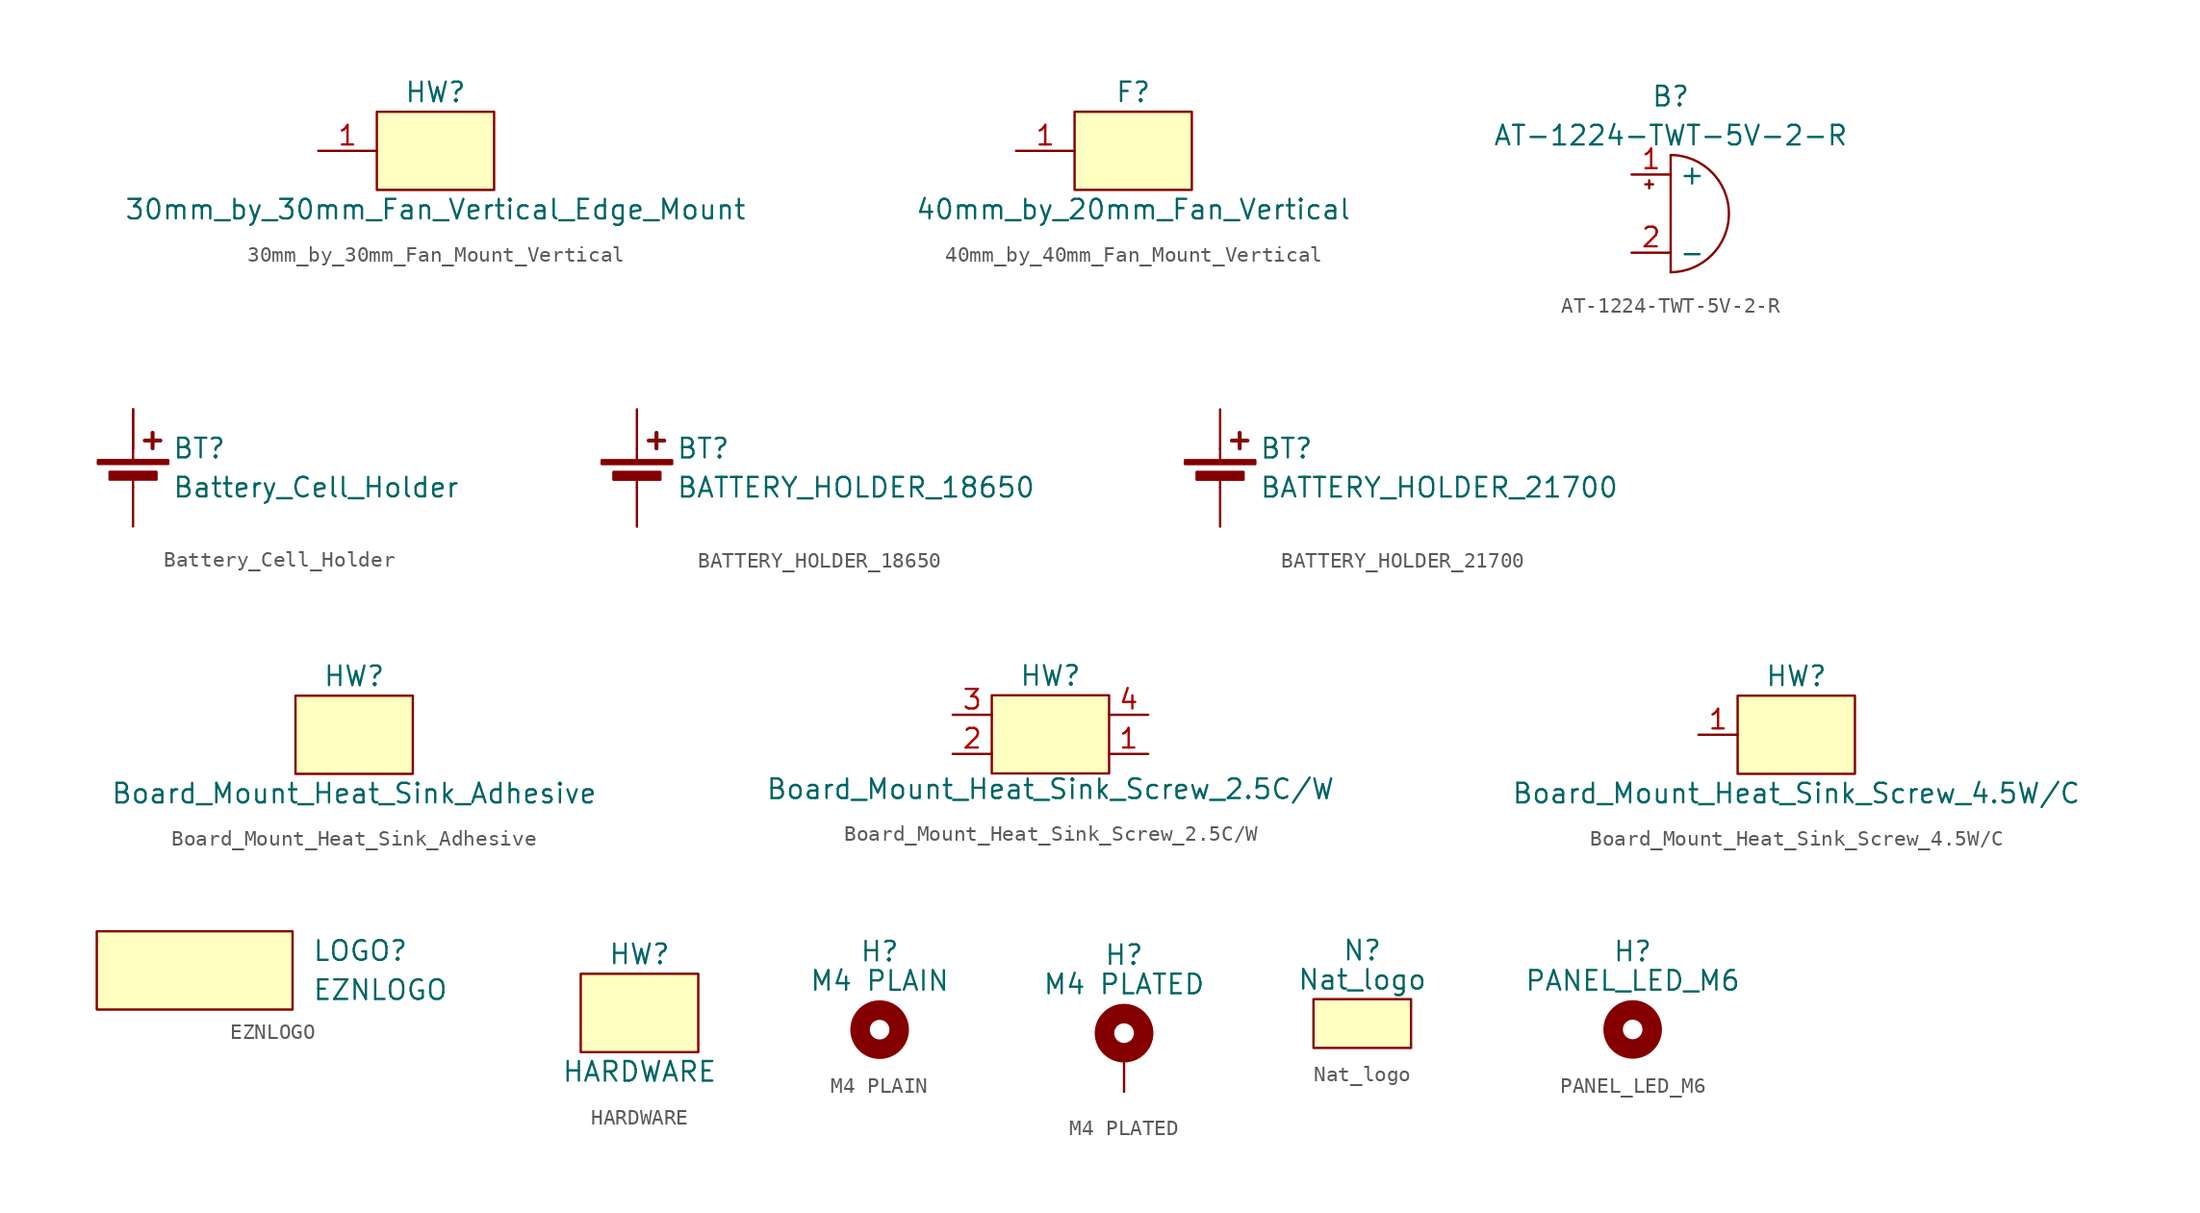
<source format=kicad_sym>
(kicad_symbol_lib
  (version 20231120)
  (generator "kicad_symbol_editor")
  (generator_version "8.0")
  (symbol "30mm_by_30mm_Fan_Mount_Vertical"
    (pin_names
      (offset 1.016))
    (property "Reference" "HW"
      (at 0 3.81 0)
      (effects (font (size 1.27 1.27))))
    (property "Value" "30mm_by_30mm_Fan_Vertical_Edge_Mount"
      (at 0 -3.81 0)
      (effects (font (size 1.27 1.27))))
    (symbol "30mm_by_30mm_Fan_Mount_Vertical_0_1"
      (rectangle (start -3.81 2.54) (end 3.81 -2.54) (stroke (width 0) (type default)) (fill (type background))))
    (symbol "30mm_by_30mm_Fan_Mount_Vertical_1_1"
      (pin passive line (at -7.62 0 0) (length 3.81) (name "" (effects (font (size 1.27 1.27)))) (number "1" (effects (font (size 1.27 1.27)))))))
  (symbol "40mm_by_40mm_Fan_Mount_Vertical"
    (pin_names
      (offset 1.016))
    (property "Reference" "F"
      (at 0 3.81 0)
      (effects (font (size 1.27 1.27))))
    (property "Value" "40mm_by_20mm_Fan_Vertical"
      (at 0 -3.81 0)
      (effects (font (size 1.27 1.27))))
    (symbol "40mm_by_40mm_Fan_Mount_Vertical_0_1"
      (rectangle (start -3.81 2.54) (end 3.81 -2.54) (stroke (width 0) (type default)) (fill (type background))))
    (symbol "40mm_by_40mm_Fan_Mount_Vertical_1_1"
      (pin passive line (at -7.62 0 0) (length 3.81) (name "" (effects (font (size 1.27 1.27)))) (number "1" (effects (font (size 1.27 1.27)))))))
  (symbol "AT-1224-TWT-5V-2-R"
    (property "Reference" "B"
      (at 0 7.62 0)
      (effects (font (size 1.27 1.27))))
    (property "Value" "AT-1224-TWT-5V-2-R"
      (at 0 5.08 0)
      (effects (font (size 1.27 1.27))))
    (symbol "AT-1224-TWT-5V-2-R_0_1"
      (arc (start 0 -3.81) (mid 3.7825 0) (end 0 3.81) (stroke (width 0) (type default)) (fill (type none)))
      (polyline (pts (xy -1.651 1.905) (xy -1.143 1.905)) (stroke (width 0) (type default)) (fill (type none)))
      (polyline (pts (xy -1.397 2.159) (xy -1.397 1.651)) (stroke (width 0) (type default)) (fill (type none)))
      (polyline (pts (xy 0 3.81) (xy 0 -3.81)) (stroke (width 0) (type default)) (fill (type none))))
    (symbol "AT-1224-TWT-5V-2-R_1_1"
      (pin passive line (at -2.54 2.54 0) (length 2.54) (name "+" (effects (font (size 1.27 1.27)))) (number "1" (effects (font (size 1.27 1.27)))))
      (pin passive line (at -2.54 -2.54 0) (length 2.54) (name "-" (effects (font (size 1.27 1.27)))) (number "2" (effects (font (size 1.27 1.27)))))))
  (symbol "Battery_Cell_Holder"
    (pin_numbers hide)
    (pin_names
      (offset 0) hide)
    (property "Reference" "BT"
      (at 2.54 2.54 0)
      (effects (font (size 1.27 1.27)) (justify left)))
    (property "Value" "Battery_Cell_Holder"
      (at 2.54 0 0)
      (effects (font (size 1.27 1.27)) (justify left)))
    (symbol "Battery_Cell_Holder_0_1"
      (rectangle (start -2.286 1.778) (end 2.286 1.524) (stroke (width 0) (type default)) (fill (type outline)))
      (rectangle (start -1.524 1.016) (end 1.524 0.508) (stroke (width 0) (type default)) (fill (type outline)))
      (polyline (pts (xy 0 0.762) (xy 0 0)) (stroke (width 0) (type default)) (fill (type none)))
      (polyline (pts (xy 0 1.778) (xy 0 2.54)) (stroke (width 0) (type default)) (fill (type none)))
      (polyline (pts (xy 0.762 3.048) (xy 1.778 3.048)) (stroke (width 0.254) (type default)) (fill (type none)))
      (polyline (pts (xy 1.27 3.556) (xy 1.27 2.54)) (stroke (width 0.254) (type default)) (fill (type none))))
    (symbol "Battery_Cell_Holder_1_1"
      (pin passive line (at 0 5.08 270) (length 2.54) (name "+" (effects (font (size 1.27 1.27)))) (number "1" (effects (font (size 1.27 1.27)))))
      (pin passive line (at 0 5.08 270) (length 2.54) (name "+" (effects (font (size 1.27 1.27)))) (number "2" (effects (font (size 1.27 1.27)))))
      (pin passive line (at 0 -2.54 90) (length 2.54) (name "-" (effects (font (size 1.27 1.27)))) (number "3" (effects (font (size 1.27 1.27)))))))
  (symbol "BATTERY_HOLDER_18650"
    (pin_numbers hide)
    (pin_names
      (offset 0) hide)
    (property "Reference" "BT"
      (at 2.54 2.54 0)
      (effects (font (size 1.27 1.27)) (justify left)))
    (property "Value" "BATTERY_HOLDER_18650"
      (at 2.54 0 0)
      (effects (font (size 1.27 1.27)) (justify left)))
    (symbol "BATTERY_HOLDER_18650_0_1"
      (rectangle (start -2.286 1.778) (end 2.286 1.524) (stroke (width 0) (type default)) (fill (type outline)))
      (rectangle (start -1.524 1.016) (end 1.524 0.508) (stroke (width 0) (type default)) (fill (type outline)))
      (polyline (pts (xy 0 0.762) (xy 0 0)) (stroke (width 0) (type default)) (fill (type none)))
      (polyline (pts (xy 0 1.778) (xy 0 2.54)) (stroke (width 0) (type default)) (fill (type none)))
      (polyline (pts (xy 0.762 3.048) (xy 1.778 3.048)) (stroke (width 0.254) (type default)) (fill (type none)))
      (polyline (pts (xy 1.27 3.556) (xy 1.27 2.54)) (stroke (width 0.254) (type default)) (fill (type none))))
    (symbol "BATTERY_HOLDER_18650_1_1"
      (pin passive line (at 0 -2.54 90) (length 2.54) (name "-" (effects (font (size 1.27 1.27)))) (number "1" (effects (font (size 1.27 1.27)))))
      (pin passive line (at 0 5.08 270) (length 2.54) (name "+" (effects (font (size 1.27 1.27)))) (number "2" (effects (font (size 1.27 1.27)))))))
  (symbol "BATTERY_HOLDER_21700"
    (pin_numbers hide)
    (pin_names
      (offset 0) hide)
    (property "Reference" "BT"
      (at 2.54 2.54 0)
      (effects (font (size 1.27 1.27)) (justify left)))
    (property "Value" "BATTERY_HOLDER_21700"
      (at 2.54 0 0)
      (effects (font (size 1.27 1.27)) (justify left)))
    (symbol "BATTERY_HOLDER_21700_0_1"
      (rectangle (start -2.286 1.778) (end 2.286 1.524) (stroke (width 0) (type default)) (fill (type outline)))
      (rectangle (start -1.524 1.016) (end 1.524 0.508) (stroke (width 0) (type default)) (fill (type outline)))
      (polyline (pts (xy 0 0.762) (xy 0 0)) (stroke (width 0) (type default)) (fill (type none)))
      (polyline (pts (xy 0 1.778) (xy 0 2.54)) (stroke (width 0) (type default)) (fill (type none)))
      (polyline (pts (xy 0.762 3.048) (xy 1.778 3.048)) (stroke (width 0.254) (type default)) (fill (type none)))
      (polyline (pts (xy 1.27 3.556) (xy 1.27 2.54)) (stroke (width 0.254) (type default)) (fill (type none))))
    (symbol "BATTERY_HOLDER_21700_1_1"
      (pin passive line (at 0 -2.54 90) (length 2.54) (name "-" (effects (font (size 1.27 1.27)))) (number "1" (effects (font (size 1.27 1.27)))))
      (pin passive line (at 0 5.08 270) (length 2.54) (name "+" (effects (font (size 1.27 1.27)))) (number "2" (effects (font (size 1.27 1.27)))))))
  (symbol "Board_Mount_Heat_Sink_Adhesive"
    (pin_names
      (offset 1.016))
    (property "Reference" "HW"
      (at 0 3.81 0)
      (effects (font (size 1.27 1.27))))
    (property "Value" "Board_Mount_Heat_Sink_Adhesive"
      (at 0 -3.81 0)
      (effects (font (size 1.27 1.27))))
    (symbol "Board_Mount_Heat_Sink_Adhesive_0_1"
      (rectangle (start -3.81 2.54) (end 3.81 -2.54) (stroke (width 0) (type default)) (fill (type background)))))
  (symbol "Board_Mount_Heat_Sink_Screw_2.5C/W"
    (pin_names
      (offset 1.016))
    (property "Reference" "HW"
      (at 0 3.81 0)
      (effects (font (size 1.27 1.27))))
    (property "Value" "Board_Mount_Heat_Sink_Screw_2.5C/W"
      (at 0 -3.556 0)
      (effects (font (size 1.27 1.27))))
    (symbol "Board_Mount_Heat_Sink_Screw_2.5C/W_0_1"
      (rectangle (start -3.81 2.54) (end 3.81 -2.54) (stroke (width 0) (type default)) (fill (type background))))
    (symbol "Board_Mount_Heat_Sink_Screw_2.5C/W_1_1"
      (pin passive line (at 6.35 -1.27 180) (length 2.54) (name "" (effects (font (size 1.27 1.27)))) (number "1" (effects (font (size 1.27 1.27)))))
      (pin passive line (at -6.35 -1.27 0) (length 2.54) (name "" (effects (font (size 1.27 1.27)))) (number "2" (effects (font (size 1.27 1.27)))))
      (pin passive line (at -6.35 1.27 0) (length 2.54) (name "" (effects (font (size 1.27 1.27)))) (number "3" (effects (font (size 1.27 1.27)))))
      (pin passive line (at 6.35 1.27 180) (length 2.54) (name "" (effects (font (size 1.27 1.27)))) (number "4" (effects (font (size 1.27 1.27)))))))
  (symbol "Board_Mount_Heat_Sink_Screw_4.5W/C"
    (pin_names
      (offset 1.016))
    (property "Reference" "HW"
      (at 0 3.81 0)
      (effects (font (size 1.27 1.27))))
    (property "Value" "Board_Mount_Heat_Sink_Screw_4.5W/C"
      (at 0 -3.81 0)
      (effects (font (size 1.27 1.27))))
    (symbol "Board_Mount_Heat_Sink_Screw_4.5W/C_0_1"
      (rectangle (start -3.81 2.54) (end 3.81 -2.54) (stroke (width 0) (type default)) (fill (type background))))
    (symbol "Board_Mount_Heat_Sink_Screw_4.5W/C_1_1"
      (pin passive line (at -6.35 0 0) (length 2.54) (name "" (effects (font (size 1.27 1.27)))) (number "1" (effects (font (size 1.27 1.27)))))))
  (symbol "EZNLOGO"
    (pin_names
      (offset 1.016))
    (property "Reference" "LOGO"
      (at 7.62 1.27 0)
      (effects (font (size 1.27 1.27)) (justify left)))
    (property "Value" "EZNLOGO"
      (at 7.62 -1.27 0)
      (effects (font (size 1.27 1.27)) (justify left)))
    (symbol "EZNLOGO_0_1"
      (rectangle (start -6.35 2.54) (end 6.35 -2.54) (stroke (width 0) (type default)) (fill (type background)))))
  (symbol "HARDWARE"
    (pin_names
      (offset 1.016))
    (property "Reference" "HW"
      (at 0 3.81 0)
      (effects (font (size 1.27 1.27))))
    (property "Value" "HARDWARE"
      (at 0 -3.81 0)
      (effects (font (size 1.27 1.27))))
    (symbol "HARDWARE_0_1"
      (rectangle (start -3.81 2.54) (end 3.81 -2.54) (stroke (width 0) (type default)) (fill (type background)))))
  (symbol "M4 PLAIN"
    (pin_names
      (offset 1.016))
    (property "Reference" "H"
      (at 0 5.08 0)
      (effects (font (size 1.27 1.27))))
    (property "Value" "M4 PLAIN"
      (at 0 3.175 0)
      (effects (font (size 1.27 1.27))))
    (symbol "M4 PLAIN_0_1"
      (circle (center 0 0) (radius 1.27) (stroke (width 1.27) (type default)) (fill (type none)))))
  (symbol "M4 PLATED"
    (pin_numbers hide)
    (pin_names
      (offset 1.016) hide)
    (property "Reference" "H"
      (at 0 6.35 0)
      (effects (font (size 1.27 1.27))))
    (property "Value" "M4 PLATED"
      (at 0 4.445 0)
      (effects (font (size 1.27 1.27))))
    (symbol "M4 PLATED_0_1"
      (circle (center 0 1.27) (radius 1.27) (stroke (width 1.27) (type default)) (fill (type none))))
    (symbol "M4 PLATED_1_1"
      (pin input line (at 0 -2.54 90) (length 2.54) (name "1" (effects (font (size 1.27 1.27)))) (number "1" (effects (font (size 1.27 1.27)))))))
  (symbol "Nat_logo"
    (property "Reference" "N"
      (at 0 5.08 0)
      (effects (font (size 1.27 1.27))))
    (property "Value" "Nat_logo"
      (at 0 3.175 0)
      (effects (font (size 1.27 1.27))))
    (symbol "Nat_logo_0_1"
      (rectangle (start -3.175 1.905) (end 3.175 -1.27) (stroke (width 0) (type default)) (fill (type background)))))
  (symbol "PANEL_LED_M6"
    (pin_names
      (offset 1.016))
    (property "Reference" "H"
      (at 0 5.08 0)
      (effects (font (size 1.27 1.27))))
    (property "Value" "PANEL_LED_M6"
      (at 0 3.175 0)
      (effects (font (size 1.27 1.27))))
    (symbol "PANEL_LED_M6_0_1"
      (circle (center 0 0) (radius 1.27) (stroke (width 1.27) (type default)) (fill (type none))))))
</source>
